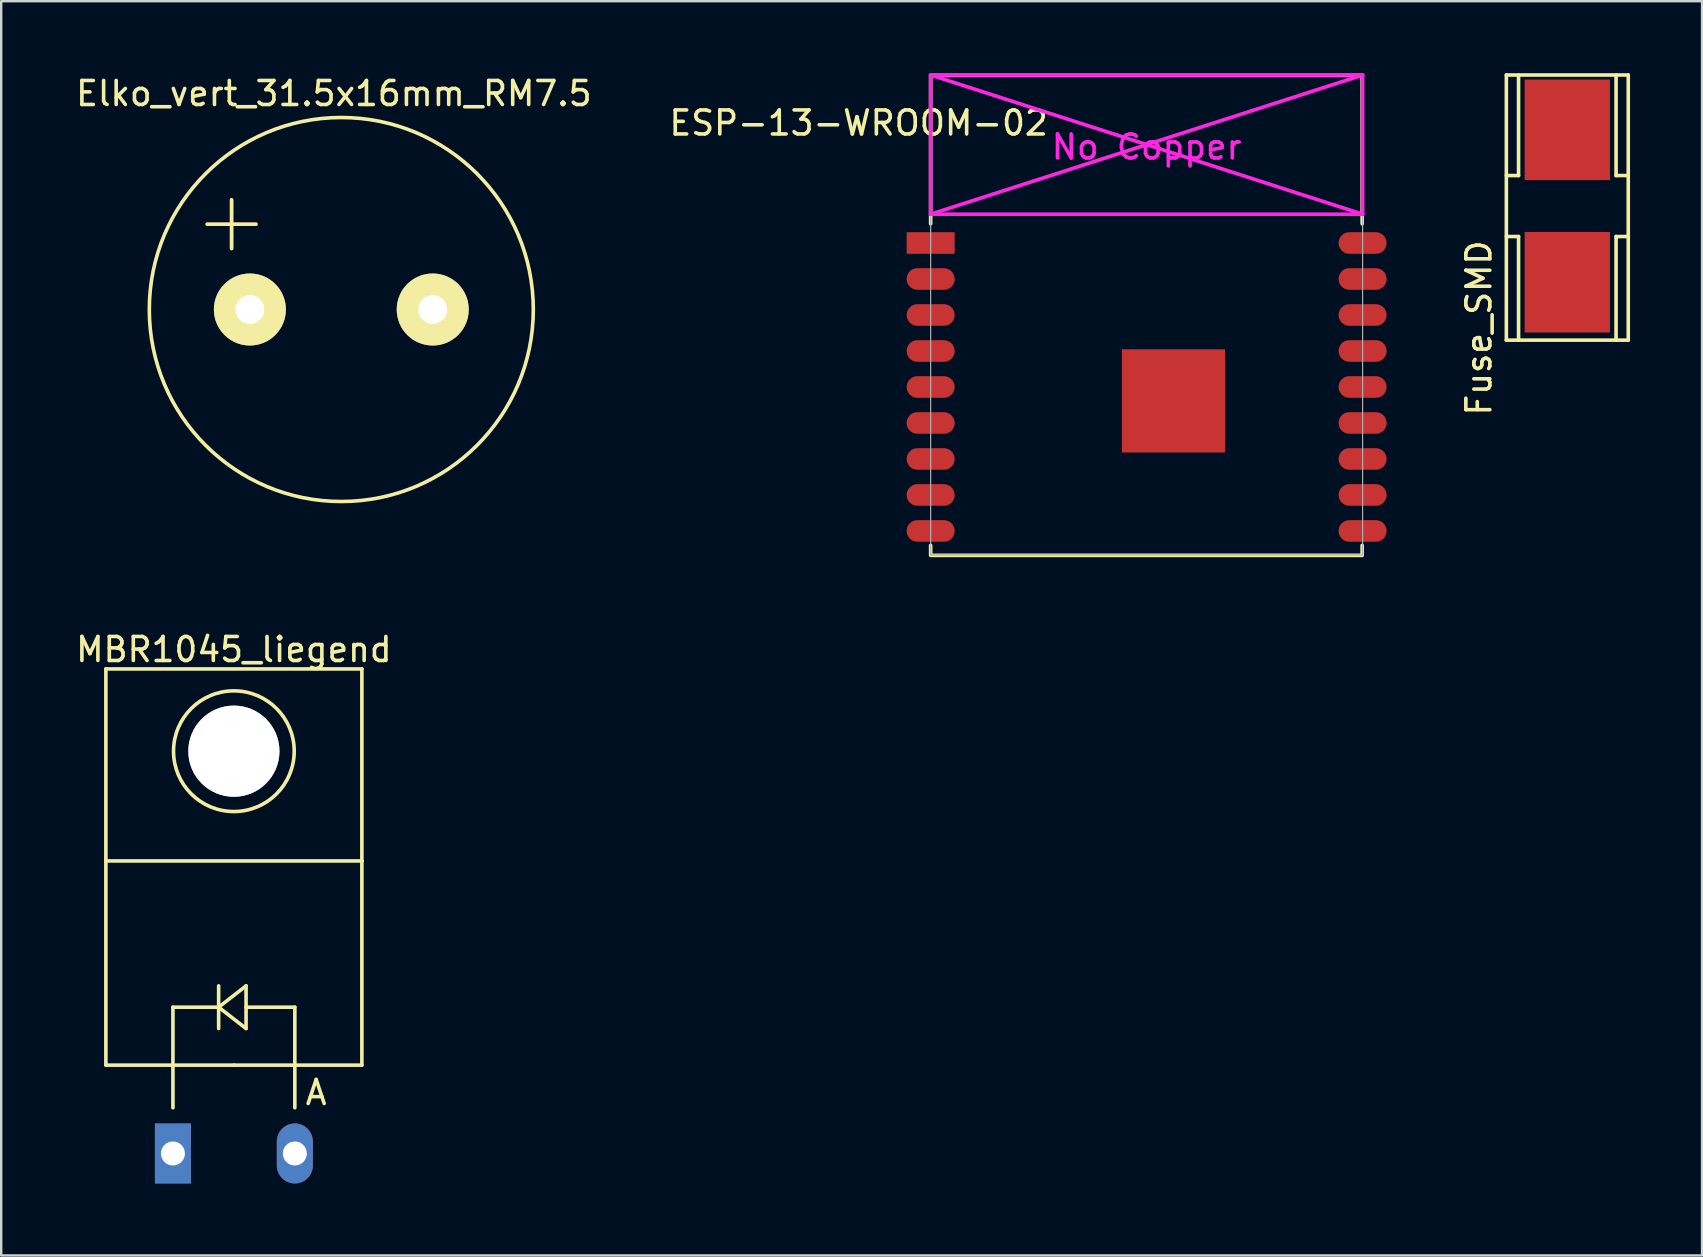
<source format=kicad_pcb>
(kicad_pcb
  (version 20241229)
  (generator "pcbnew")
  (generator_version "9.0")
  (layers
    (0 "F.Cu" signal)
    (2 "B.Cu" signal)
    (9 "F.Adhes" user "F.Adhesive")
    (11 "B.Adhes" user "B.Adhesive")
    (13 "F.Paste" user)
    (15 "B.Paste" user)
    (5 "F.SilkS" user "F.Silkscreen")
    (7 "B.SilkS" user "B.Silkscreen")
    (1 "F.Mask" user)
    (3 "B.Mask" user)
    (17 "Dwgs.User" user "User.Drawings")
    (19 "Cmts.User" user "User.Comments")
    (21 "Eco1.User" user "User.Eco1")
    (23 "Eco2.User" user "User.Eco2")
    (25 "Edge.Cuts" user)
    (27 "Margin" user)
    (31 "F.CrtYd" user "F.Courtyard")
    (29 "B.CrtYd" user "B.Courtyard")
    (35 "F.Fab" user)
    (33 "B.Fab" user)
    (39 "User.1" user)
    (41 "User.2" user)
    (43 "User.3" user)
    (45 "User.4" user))
  (footprint "Elko_vert_31.5x16mm_RM7.5"
    (layer "F.Cu")
    (at 7.363 9.848)
    (property "Reference" "Elko_vert_31.5x16mm_RM7.5" (at 3.5 -9 0) (layer "F.SilkS") (effects (font (size 1 1) (thickness 0.15))))
    (attr through_hole)
    (fp_line (start -1.778 -3.556) (end 0.254 -3.556) (stroke (width 0.15) (type solid)) (layer "F.Cu"))
    (fp_line (start -0.762 -4.572) (end -0.762 -4.064) (stroke (width 0.15) (type solid)) (layer "F.Cu"))
    (fp_line (start -0.762 -4.064) (end -0.762 -3.556) (stroke (width 0.15) (type solid)) (layer "F.Cu"))
    (fp_line (start -0.762 -3.556) (end -0.762 -3.048) (stroke (width 0.15) (type solid)) (layer "F.Cu"))
    (fp_line (start -0.762 -3.048) (end -0.762 -2.54) (stroke (width 0.15) (type solid)) (layer "F.Cu"))
    (fp_line (start -1.778 -3.556) (end 0.254 -3.556) (stroke (width 0.15) (type solid)) (layer "F.SilkS"))
    (fp_line (start -0.762 -4.572) (end -0.762 -2.54) (stroke (width 0.15) (type solid)) (layer "F.SilkS"))
    (fp_circle (center 3.81 0) (end 11.811 0) (stroke (width 0.15) (type solid)) (fill no) (layer "F.SilkS"))
    (pad "1" thru_hole circle (at 0 0) (size 3 3) (drill 1.199) (layers "*.Cu" "*.Mask" "F.SilkS"))
    (pad "2" thru_hole circle (at 7.62 0) (size 3 3) (drill 1.199) (layers "*.Cu" "*.Mask" "F.SilkS")))
  (footprint "Fuse_SMD"
    (layer "F.Cu")
    (at 62.263 5.536)
    (property "Reference" "Fuse_SMD" (at -3.683 5.08 90) (layer "F.SilkS") (effects (font (size 1 1) (thickness 0.15))))
    (attr smd)
    (fp_line (start -2.54 -5.461) (end -2.54 5.588) (stroke (width 0.15) (type solid)) (layer "F.SilkS"))
    (fp_line (start -2.54 -5.461) (end 2.54 -5.461) (stroke (width 0.15) (type solid)) (layer "F.SilkS"))
    (fp_line (start -2.032 -5.461) (end -2.032 -1.27) (stroke (width 0.15) (type solid)) (layer "F.SilkS"))
    (fp_line (start -2.032 -1.27) (end -2.54 -1.27) (stroke (width 0.15) (type solid)) (layer "F.SilkS"))
    (fp_line (start -2.032 1.27) (end -2.54 1.27) (stroke (width 0.15) (type solid)) (layer "F.SilkS"))
    (fp_line (start -2.032 5.588) (end -2.032 1.27) (stroke (width 0.15) (type solid)) (layer "F.SilkS"))
    (fp_line (start 2.032 -5.461) (end 2.032 -1.27) (stroke (width 0.15) (type solid)) (layer "F.SilkS"))
    (fp_line (start 2.032 -1.27) (end 2.54 -1.27) (stroke (width 0.15) (type solid)) (layer "F.SilkS"))
    (fp_line (start 2.032 1.27) (end 2.54 1.27) (stroke (width 0.15) (type solid)) (layer "F.SilkS"))
    (fp_line (start 2.032 5.588) (end 2.032 1.27) (stroke (width 0.15) (type solid)) (layer "F.SilkS"))
    (fp_line (start 2.54 5.588) (end -2.54 5.588) (stroke (width 0.15) (type solid)) (layer "F.SilkS"))
    (fp_line (start 2.54 5.588) (end 2.54 -5.461) (stroke (width 0.15) (type solid)) (layer "F.SilkS"))
    (pad "1" smd rect (at 0 -3.175) (size 3.556 4.191) (layers "F.Cu" "F.Mask" "F.Paste"))
    (pad "2" smd rect (at 0 3.175) (size 3.556 4.191) (layers "F.Cu" "F.Mask" "F.Paste")))
  (footprint "ESP-13-WROOM-02"
    (layer "F.Cu")
    (at 35.732 7.076)
    (property "Reference" "ESP-13-WROOM-02" (at -3 -5 0) (layer "F.SilkS") (effects (font (size 1 1) (thickness 0.15))))
    (attr through_hole)
    (fp_line (start 0 -6.985) (end 0 -0.8) (stroke (width 0.152) (type solid)) (layer "F.SilkS"))
    (fp_line (start 0 12.6) (end 0 12.979) (stroke (width 0.152) (type solid)) (layer "F.SilkS"))
    (fp_line (start 0 13.018) (end 17.983 13.018) (stroke (width 0.152) (type solid)) (layer "F.SilkS"))
    (fp_line (start 17.971 -6.985) (end 0 -6.985) (stroke (width 0.152) (type solid)) (layer "F.SilkS"))
    (fp_line (start 17.983 -6.985) (end 17.983 -0.8) (stroke (width 0.152) (type solid)) (layer "F.SilkS"))
    (fp_line (start 17.983 12.6) (end 17.983 12.979) (stroke (width 0.152) (type solid)) (layer "F.SilkS"))
    (fp_line (start 0 -7) (end 0 -1.2) (stroke (width 0.152) (type solid)) (layer "F.CrtYd"))
    (fp_line (start 0 -7) (end 18 -1.2) (stroke (width 0.152) (type solid)) (layer "F.CrtYd"))
    (fp_line (start 0 -1.2) (end 18 -1.2) (stroke (width 0.152) (type solid)) (layer "F.CrtYd"))
    (fp_line (start 18 -7) (end 0 -7) (stroke (width 0.152) (type solid)) (layer "F.CrtYd"))
    (fp_line (start 18 -7) (end 0 -1.2) (stroke (width 0.152) (type solid)) (layer "F.CrtYd"))
    (fp_line (start 18 -1.2) (end 18 -7) (stroke (width 0.152) (type solid)) (layer "F.CrtYd"))
    (fp_line (start 0 -7) (end 18 -7) (stroke (width 0.05) (type solid)) (layer "F.Fab"))
    (fp_line (start 0 13) (end 0 -7) (stroke (width 0.05) (type solid)) (layer "F.Fab"))
    (fp_line (start 0 13) (end 18 13) (stroke (width 0.05) (type solid)) (layer "F.Fab"))
    (fp_line (start 18 -7) (end 18 13) (stroke (width 0.05) (type solid)) (layer "F.Fab"))
    (fp_text user "No Copper" (at 9 -4 0) (layer "F.CrtYd") (effects (font (size 1 1) (thickness 0.15))))
    (pad "1" smd rect (at 0 0) (size 2 0.9) (layers "F.Cu" "F.Mask" "F.Paste"))
    (pad "2" smd oval (at 0 1.5) (size 2 0.9) (layers "F.Cu" "F.Mask" "F.Paste"))
    (pad "3" smd oval (at 0 3) (size 2 0.9) (layers "F.Cu" "F.Mask" "F.Paste"))
    (pad "4" smd oval (at 0 4.5) (size 2 0.9) (layers "F.Cu" "F.Mask" "F.Paste"))
    (pad "5" smd oval (at 0 6) (size 2 0.9) (layers "F.Cu" "F.Mask" "F.Paste"))
    (pad "6" smd oval (at 0 7.5) (size 2 0.9) (layers "F.Cu" "F.Mask" "F.Paste"))
    (pad "7" smd oval (at 0 9) (size 2 0.9) (layers "F.Cu" "F.Mask" "F.Paste"))
    (pad "8" smd oval (at 0 10.5) (size 2 0.9) (layers "F.Cu" "F.Mask" "F.Paste"))
    (pad "9" smd oval (at 0 12) (size 2 0.9) (layers "F.Cu" "F.Mask" "F.Paste"))
    (pad "10" smd oval (at 18 12) (size 2 0.9) (layers "F.Cu" "F.Mask" "F.Paste"))
    (pad "11" smd oval (at 18 10.5) (size 2 0.9) (layers "F.Cu" "F.Mask" "F.Paste"))
    (pad "12" smd oval (at 18 9) (size 2 0.9) (layers "F.Cu" "F.Mask" "F.Paste"))
    (pad "13" smd oval (at 18 7.5) (size 2 0.9) (layers "F.Cu" "F.Mask" "F.Paste"))
    (pad "14" smd oval (at 18 6) (size 2 0.9) (layers "F.Cu" "F.Mask" "F.Paste"))
    (pad "15" smd oval (at 18 4.5) (size 2 0.9) (layers "F.Cu" "F.Mask" "F.Paste"))
    (pad "16" smd oval (at 18 3) (size 2 0.9) (layers "F.Cu" "F.Mask" "F.Paste"))
    (pad "17" smd oval (at 18 1.5) (size 2 0.9) (layers "F.Cu" "F.Mask" "F.Paste"))
    (pad "18" smd oval (at 18 0) (size 2 0.9) (layers "F.Cu" "F.Mask" "F.Paste"))
    (pad "PAD" smd rect (at 10.12 6.58) (size 4.3 4.3) (layers "F.Cu" "F.Mask" "F.Paste")))
  (footprint "MBR1045_liegend"
    (layer "F.Cu")
    (at 6.696 45.018)
    (property "Reference" "MBR1045_liegend" (at 0 -21 0) (layer "F.SilkS") (effects (font (size 1 1) (thickness 0.15))))
    (fp_line (start -5.334 -20.193) (end -5.334 -12.192) (stroke (width 0.15) (type solid)) (layer "F.SilkS"))
    (fp_line (start -5.334 -12.192) (end -5.334 -3.683) (stroke (width 0.15) (type solid)) (layer "F.SilkS"))
    (fp_line (start -2.54 -6.096) (end -2.54 -3.683) (stroke (width 0.15) (type solid)) (layer "F.SilkS"))
    (fp_line (start -2.54 -3.683) (end -2.54 -1.905) (stroke (width 0.15) (type solid)) (layer "F.SilkS"))
    (fp_line (start -0.635 -6.985) (end -0.635 -5.207) (stroke (width 0.15) (type solid)) (layer "F.SilkS"))
    (fp_line (start -0.635 -6.096) (end -2.54 -6.096) (stroke (width 0.15) (type solid)) (layer "F.SilkS"))
    (fp_line (start -0.635 -6.096) (end 0.508 -6.985) (stroke (width 0.15) (type solid)) (layer "F.SilkS"))
    (fp_line (start 0 -3.683) (end -5.334 -3.683) (stroke (width 0.15) (type solid)) (layer "F.SilkS"))
    (fp_line (start 0 -3.683) (end 5.334 -3.683) (stroke (width 0.15) (type solid)) (layer "F.SilkS"))
    (fp_line (start 0.508 -6.985) (end 0.508 -5.207) (stroke (width 0.15) (type solid)) (layer "F.SilkS"))
    (fp_line (start 0.508 -6.096) (end 2.54 -6.096) (stroke (width 0.15) (type solid)) (layer "F.SilkS"))
    (fp_line (start 0.508 -5.207) (end -0.635 -6.096) (stroke (width 0.15) (type solid)) (layer "F.SilkS"))
    (fp_line (start 2.54 -6.096) (end 2.54 -3.683) (stroke (width 0.15) (type solid)) (layer "F.SilkS"))
    (fp_line (start 2.54 -3.683) (end 2.54 -1.905) (stroke (width 0.15) (type solid)) (layer "F.SilkS"))
    (fp_line (start 5.334 -20.193) (end -5.334 -20.193) (stroke (width 0.15) (type solid)) (layer "F.SilkS"))
    (fp_line (start 5.334 -12.192) (end -5.334 -12.192) (stroke (width 0.15) (type solid)) (layer "F.SilkS"))
    (fp_line (start 5.334 -12.192) (end 5.334 -20.193) (stroke (width 0.15) (type solid)) (layer "F.SilkS"))
    (fp_line (start 5.334 -3.683) (end 5.334 -12.192) (stroke (width 0.15) (type solid)) (layer "F.SilkS"))
    (fp_circle (center 0 -16.764) (end 1.778 -14.986) (stroke (width 0.15) (type solid)) (fill no) (layer "F.SilkS"))
    (fp_text user "A" (at 3.429 -2.54 0) (layer "F.SilkS") (effects (font (size 1 1) (thickness 0.15))))
    (pad "1" thru_hole rect (at -2.54 0 90) (size 2.499 1.501) (drill 1.001) (layers "*.Cu" "*.Mask"))
    (pad "2" thru_hole oval (at 2.54 0 90) (size 2.499 1.501) (drill 1.001) (layers "*.Cu" "*.Mask"))
    (pad "3" thru_hole circle (at 0 -16.764 90) (size 3.8 3.8) (drill 3.8) (layers "*.Cu" "*.Mask")))
  (gr_rect
    (start -3 -3)
    (end 67.878 49.268)
    (stroke (width 0.1) (type default))
    (fill no)
    (layer "Edge.Cuts")))
</source>
